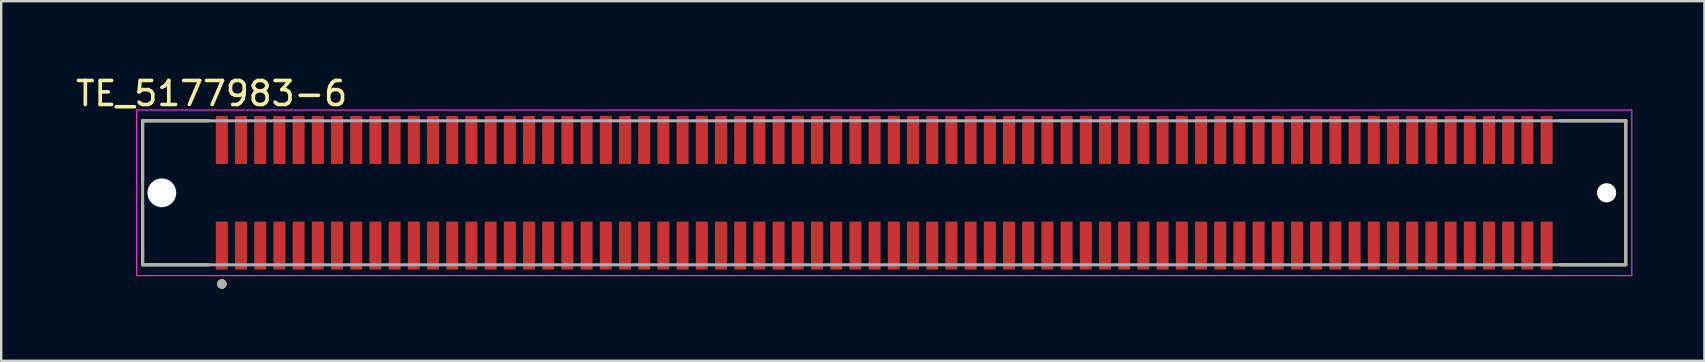
<source format=kicad_pcb>
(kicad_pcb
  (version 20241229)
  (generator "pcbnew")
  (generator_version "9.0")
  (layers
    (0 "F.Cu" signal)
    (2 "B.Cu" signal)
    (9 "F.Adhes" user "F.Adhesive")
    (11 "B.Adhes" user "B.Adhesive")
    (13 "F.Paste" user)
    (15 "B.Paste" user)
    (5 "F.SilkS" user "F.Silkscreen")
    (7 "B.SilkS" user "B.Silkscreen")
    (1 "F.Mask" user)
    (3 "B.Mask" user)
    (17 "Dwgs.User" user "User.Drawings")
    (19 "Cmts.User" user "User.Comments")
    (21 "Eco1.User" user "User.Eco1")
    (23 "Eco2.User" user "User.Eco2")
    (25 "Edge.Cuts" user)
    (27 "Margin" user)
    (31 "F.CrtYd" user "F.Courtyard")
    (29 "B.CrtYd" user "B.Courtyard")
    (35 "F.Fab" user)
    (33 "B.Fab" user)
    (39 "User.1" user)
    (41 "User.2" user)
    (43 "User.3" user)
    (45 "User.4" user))
  (footprint "TE_5177983-6"
    (layer "F.Cu")
    (at 33.793 4.983)
    (property "Reference" "TE_5177983-6" (at -28.025 -4.135 0) (layer "F.SilkS") (effects (font (size 1 1) (thickness 0.15))))
    (attr smd)
    (fp_line (start -30.9 -3) (end -30.9 -0.5) (stroke (width 0.127) (type solid)) (layer "F.SilkS"))
    (fp_line (start -30.9 0.5) (end -30.9 3) (stroke (width 0.127) (type solid)) (layer "F.SilkS"))
    (fp_line (start -30.9 3) (end -28.16 3) (stroke (width 0.127) (type solid)) (layer "F.SilkS"))
    (fp_line (start -28.16 -3) (end -30.9 -3) (stroke (width 0.127) (type solid)) (layer "F.SilkS"))
    (fp_line (start 28.16 3) (end 30.9 3) (stroke (width 0.127) (type solid)) (layer "F.SilkS"))
    (fp_line (start 30.9 -3) (end 28.16 -3) (stroke (width 0.127) (type solid)) (layer "F.SilkS"))
    (fp_line (start 30.9 -3) (end 30.9 3) (stroke (width 0.127) (type solid)) (layer "F.SilkS"))
    (fp_circle (center -27.6 3.8) (end -27.5 3.8) (stroke (width 0.2) (type solid)) (fill no) (layer "F.SilkS"))
    (fp_line (start -31.15 -3.45) (end 31.15 -3.45) (stroke (width 0.05) (type solid)) (layer "F.CrtYd"))
    (fp_line (start -31.15 3.45) (end -31.15 -3.45) (stroke (width 0.05) (type solid)) (layer "F.CrtYd"))
    (fp_line (start 31.15 -3.45) (end 31.15 3.45) (stroke (width 0.05) (type solid)) (layer "F.CrtYd"))
    (fp_line (start 31.15 3.45) (end -31.15 3.45) (stroke (width 0.05) (type solid)) (layer "F.CrtYd"))
    (fp_line (start -30.9 -3) (end 30.9 -3) (stroke (width 0.127) (type solid)) (layer "F.Fab"))
    (fp_line (start -30.9 3) (end -30.9 -3) (stroke (width 0.127) (type solid)) (layer "F.Fab"))
    (fp_line (start 30.9 -3) (end 30.9 3) (stroke (width 0.127) (type solid)) (layer "F.Fab"))
    (fp_line (start 30.9 3) (end -30.9 3) (stroke (width 0.127) (type solid)) (layer "F.Fab"))
    (fp_circle (center -27.6 3.8) (end -27.5 3.8) (stroke (width 0.2) (type solid)) (fill no) (layer "F.Fab"))
    (pad "" np_thru_hole circle (at -30.1 0) (size 1.2 1.2) (drill 1.2) (layers "*.Cu" "*.Mask"))
    (pad "" np_thru_hole circle (at 30.1 0) (size 0.8 0.8) (drill 0.8) (layers "*.Cu" "*.Mask"))
    (pad "1" smd rect (at -27.6 2.2 90) (size 2 0.5) (layers "F.Cu" "F.Mask" "F.Paste"))
    (pad "2" smd rect (at -27.6 -2.2 90) (size 2 0.5) (layers "F.Cu" "F.Mask" "F.Paste"))
    (pad "3" smd rect (at -26.8 2.2 90) (size 2 0.5) (layers "F.Cu" "F.Mask" "F.Paste"))
    (pad "4" smd rect (at -26.8 -2.2 90) (size 2 0.5) (layers "F.Cu" "F.Mask" "F.Paste"))
    (pad "5" smd rect (at -26 2.2 90) (size 2 0.5) (layers "F.Cu" "F.Mask" "F.Paste"))
    (pad "6" smd rect (at -26 -2.2 90) (size 2 0.5) (layers "F.Cu" "F.Mask" "F.Paste"))
    (pad "7" smd rect (at -25.2 2.2 90) (size 2 0.5) (layers "F.Cu" "F.Mask" "F.Paste"))
    (pad "8" smd rect (at -25.2 -2.2 90) (size 2 0.5) (layers "F.Cu" "F.Mask" "F.Paste"))
    (pad "9" smd rect (at -24.4 2.2 90) (size 2 0.5) (layers "F.Cu" "F.Mask" "F.Paste"))
    (pad "10" smd rect (at -24.4 -2.2 90) (size 2 0.5) (layers "F.Cu" "F.Mask" "F.Paste"))
    (pad "11" smd rect (at -23.6 2.2 90) (size 2 0.5) (layers "F.Cu" "F.Mask" "F.Paste"))
    (pad "12" smd rect (at -23.6 -2.2 90) (size 2 0.5) (layers "F.Cu" "F.Mask" "F.Paste"))
    (pad "13" smd rect (at -22.8 2.2 90) (size 2 0.5) (layers "F.Cu" "F.Mask" "F.Paste"))
    (pad "14" smd rect (at -22.8 -2.2 90) (size 2 0.5) (layers "F.Cu" "F.Mask" "F.Paste"))
    (pad "15" smd rect (at -22 2.2 90) (size 2 0.5) (layers "F.Cu" "F.Mask" "F.Paste"))
    (pad "16" smd rect (at -22 -2.2 90) (size 2 0.5) (layers "F.Cu" "F.Mask" "F.Paste"))
    (pad "17" smd rect (at -21.2 2.2 90) (size 2 0.5) (layers "F.Cu" "F.Mask" "F.Paste"))
    (pad "18" smd rect (at -21.2 -2.2 90) (size 2 0.5) (layers "F.Cu" "F.Mask" "F.Paste"))
    (pad "19" smd rect (at -20.4 2.2 90) (size 2 0.5) (layers "F.Cu" "F.Mask" "F.Paste"))
    (pad "20" smd rect (at -20.4 -2.2 90) (size 2 0.5) (layers "F.Cu" "F.Mask" "F.Paste"))
    (pad "21" smd rect (at -19.6 2.2 90) (size 2 0.5) (layers "F.Cu" "F.Mask" "F.Paste"))
    (pad "22" smd rect (at -19.6 -2.2 90) (size 2 0.5) (layers "F.Cu" "F.Mask" "F.Paste"))
    (pad "23" smd rect (at -18.8 2.2 90) (size 2 0.5) (layers "F.Cu" "F.Mask" "F.Paste"))
    (pad "24" smd rect (at -18.8 -2.2 90) (size 2 0.5) (layers "F.Cu" "F.Mask" "F.Paste"))
    (pad "25" smd rect (at -18 2.2 90) (size 2 0.5) (layers "F.Cu" "F.Mask" "F.Paste"))
    (pad "26" smd rect (at -18 -2.2 90) (size 2 0.5) (layers "F.Cu" "F.Mask" "F.Paste"))
    (pad "27" smd rect (at -17.2 2.2 90) (size 2 0.5) (layers "F.Cu" "F.Mask" "F.Paste"))
    (pad "28" smd rect (at -17.2 -2.2 90) (size 2 0.5) (layers "F.Cu" "F.Mask" "F.Paste"))
    (pad "29" smd rect (at -16.4 2.2 90) (size 2 0.5) (layers "F.Cu" "F.Mask" "F.Paste"))
    (pad "30" smd rect (at -16.4 -2.2 90) (size 2 0.5) (layers "F.Cu" "F.Mask" "F.Paste"))
    (pad "31" smd rect (at -15.6 2.2 90) (size 2 0.5) (layers "F.Cu" "F.Mask" "F.Paste"))
    (pad "32" smd rect (at -15.6 -2.2 90) (size 2 0.5) (layers "F.Cu" "F.Mask" "F.Paste"))
    (pad "33" smd rect (at -14.8 2.2 90) (size 2 0.5) (layers "F.Cu" "F.Mask" "F.Paste"))
    (pad "34" smd rect (at -14.8 -2.2 90) (size 2 0.5) (layers "F.Cu" "F.Mask" "F.Paste"))
    (pad "35" smd rect (at -14 2.2 90) (size 2 0.5) (layers "F.Cu" "F.Mask" "F.Paste"))
    (pad "36" smd rect (at -14 -2.2 90) (size 2 0.5) (layers "F.Cu" "F.Mask" "F.Paste"))
    (pad "37" smd rect (at -13.2 2.2 90) (size 2 0.5) (layers "F.Cu" "F.Mask" "F.Paste"))
    (pad "38" smd rect (at -13.2 -2.2 90) (size 2 0.5) (layers "F.Cu" "F.Mask" "F.Paste"))
    (pad "39" smd rect (at -12.4 2.2 90) (size 2 0.5) (layers "F.Cu" "F.Mask" "F.Paste"))
    (pad "40" smd rect (at -12.4 -2.2 90) (size 2 0.5) (layers "F.Cu" "F.Mask" "F.Paste"))
    (pad "41" smd rect (at -11.6 2.2 90) (size 2 0.5) (layers "F.Cu" "F.Mask" "F.Paste"))
    (pad "42" smd rect (at -11.6 -2.2 90) (size 2 0.5) (layers "F.Cu" "F.Mask" "F.Paste"))
    (pad "43" smd rect (at -10.8 2.2 90) (size 2 0.5) (layers "F.Cu" "F.Mask" "F.Paste"))
    (pad "44" smd rect (at -10.8 -2.2 90) (size 2 0.5) (layers "F.Cu" "F.Mask" "F.Paste"))
    (pad "45" smd rect (at -10 2.2 90) (size 2 0.5) (layers "F.Cu" "F.Mask" "F.Paste"))
    (pad "46" smd rect (at -10 -2.2 90) (size 2 0.5) (layers "F.Cu" "F.Mask" "F.Paste"))
    (pad "47" smd rect (at -9.2 2.2 90) (size 2 0.5) (layers "F.Cu" "F.Mask" "F.Paste"))
    (pad "48" smd rect (at -9.2 -2.2 90) (size 2 0.5) (layers "F.Cu" "F.Mask" "F.Paste"))
    (pad "49" smd rect (at -8.4 2.2 90) (size 2 0.5) (layers "F.Cu" "F.Mask" "F.Paste"))
    (pad "50" smd rect (at -8.4 -2.2 90) (size 2 0.5) (layers "F.Cu" "F.Mask" "F.Paste"))
    (pad "51" smd rect (at -7.6 2.2 90) (size 2 0.5) (layers "F.Cu" "F.Mask" "F.Paste"))
    (pad "52" smd rect (at -7.6 -2.2 90) (size 2 0.5) (layers "F.Cu" "F.Mask" "F.Paste"))
    (pad "53" smd rect (at -6.8 2.2 90) (size 2 0.5) (layers "F.Cu" "F.Mask" "F.Paste"))
    (pad "54" smd rect (at -6.8 -2.2 90) (size 2 0.5) (layers "F.Cu" "F.Mask" "F.Paste"))
    (pad "55" smd rect (at -6 2.2 90) (size 2 0.5) (layers "F.Cu" "F.Mask" "F.Paste"))
    (pad "56" smd rect (at -6 -2.2 90) (size 2 0.5) (layers "F.Cu" "F.Mask" "F.Paste"))
    (pad "57" smd rect (at -5.2 2.2 90) (size 2 0.5) (layers "F.Cu" "F.Mask" "F.Paste"))
    (pad "58" smd rect (at -5.2 -2.2 90) (size 2 0.5) (layers "F.Cu" "F.Mask" "F.Paste"))
    (pad "59" smd rect (at -4.4 2.2 90) (size 2 0.5) (layers "F.Cu" "F.Mask" "F.Paste"))
    (pad "60" smd rect (at -4.4 -2.2 90) (size 2 0.5) (layers "F.Cu" "F.Mask" "F.Paste"))
    (pad "61" smd rect (at -3.6 2.2 90) (size 2 0.5) (layers "F.Cu" "F.Mask" "F.Paste"))
    (pad "62" smd rect (at -3.6 -2.2 90) (size 2 0.5) (layers "F.Cu" "F.Mask" "F.Paste"))
    (pad "63" smd rect (at -2.8 2.2 90) (size 2 0.5) (layers "F.Cu" "F.Mask" "F.Paste"))
    (pad "64" smd rect (at -2.8 -2.2 90) (size 2 0.5) (layers "F.Cu" "F.Mask" "F.Paste"))
    (pad "65" smd rect (at -2 2.2 90) (size 2 0.5) (layers "F.Cu" "F.Mask" "F.Paste"))
    (pad "66" smd rect (at -2 -2.2 90) (size 2 0.5) (layers "F.Cu" "F.Mask" "F.Paste"))
    (pad "67" smd rect (at -1.2 2.2 90) (size 2 0.5) (layers "F.Cu" "F.Mask" "F.Paste"))
    (pad "68" smd rect (at -1.2 -2.2 90) (size 2 0.5) (layers "F.Cu" "F.Mask" "F.Paste"))
    (pad "69" smd rect (at -0.4 2.2 90) (size 2 0.5) (layers "F.Cu" "F.Mask" "F.Paste"))
    (pad "70" smd rect (at -0.4 -2.2 90) (size 2 0.5) (layers "F.Cu" "F.Mask" "F.Paste"))
    (pad "71" smd rect (at 0.4 2.2 90) (size 2 0.5) (layers "F.Cu" "F.Mask" "F.Paste"))
    (pad "72" smd rect (at 0.4 -2.2 90) (size 2 0.5) (layers "F.Cu" "F.Mask" "F.Paste"))
    (pad "73" smd rect (at 1.2 2.2 90) (size 2 0.5) (layers "F.Cu" "F.Mask" "F.Paste"))
    (pad "74" smd rect (at 1.2 -2.2 90) (size 2 0.5) (layers "F.Cu" "F.Mask" "F.Paste"))
    (pad "75" smd rect (at 2 2.2 90) (size 2 0.5) (layers "F.Cu" "F.Mask" "F.Paste"))
    (pad "76" smd rect (at 2 -2.2 90) (size 2 0.5) (layers "F.Cu" "F.Mask" "F.Paste"))
    (pad "77" smd rect (at 2.8 2.2 90) (size 2 0.5) (layers "F.Cu" "F.Mask" "F.Paste"))
    (pad "78" smd rect (at 2.8 -2.2 90) (size 2 0.5) (layers "F.Cu" "F.Mask" "F.Paste"))
    (pad "79" smd rect (at 3.6 2.2 90) (size 2 0.5) (layers "F.Cu" "F.Mask" "F.Paste"))
    (pad "80" smd rect (at 3.6 -2.2 90) (size 2 0.5) (layers "F.Cu" "F.Mask" "F.Paste"))
    (pad "81" smd rect (at 4.4 2.2 90) (size 2 0.5) (layers "F.Cu" "F.Mask" "F.Paste"))
    (pad "82" smd rect (at 4.4 -2.2 90) (size 2 0.5) (layers "F.Cu" "F.Mask" "F.Paste"))
    (pad "83" smd rect (at 5.2 2.2 90) (size 2 0.5) (layers "F.Cu" "F.Mask" "F.Paste"))
    (pad "84" smd rect (at 5.2 -2.2 90) (size 2 0.5) (layers "F.Cu" "F.Mask" "F.Paste"))
    (pad "85" smd rect (at 6 2.2 90) (size 2 0.5) (layers "F.Cu" "F.Mask" "F.Paste"))
    (pad "86" smd rect (at 6 -2.2 90) (size 2 0.5) (layers "F.Cu" "F.Mask" "F.Paste"))
    (pad "87" smd rect (at 6.8 2.2 90) (size 2 0.5) (layers "F.Cu" "F.Mask" "F.Paste"))
    (pad "88" smd rect (at 6.8 -2.2 90) (size 2 0.5) (layers "F.Cu" "F.Mask" "F.Paste"))
    (pad "89" smd rect (at 7.6 2.2 90) (size 2 0.5) (layers "F.Cu" "F.Mask" "F.Paste"))
    (pad "90" smd rect (at 7.6 -2.2 90) (size 2 0.5) (layers "F.Cu" "F.Mask" "F.Paste"))
    (pad "91" smd rect (at 8.4 2.2 90) (size 2 0.5) (layers "F.Cu" "F.Mask" "F.Paste"))
    (pad "92" smd rect (at 8.4 -2.2 90) (size 2 0.5) (layers "F.Cu" "F.Mask" "F.Paste"))
    (pad "93" smd rect (at 9.2 2.2 90) (size 2 0.5) (layers "F.Cu" "F.Mask" "F.Paste"))
    (pad "94" smd rect (at 9.2 -2.2 90) (size 2 0.5) (layers "F.Cu" "F.Mask" "F.Paste"))
    (pad "95" smd rect (at 10 2.2 90) (size 2 0.5) (layers "F.Cu" "F.Mask" "F.Paste"))
    (pad "96" smd rect (at 10 -2.2 90) (size 2 0.5) (layers "F.Cu" "F.Mask" "F.Paste"))
    (pad "97" smd rect (at 10.8 2.2 90) (size 2 0.5) (layers "F.Cu" "F.Mask" "F.Paste"))
    (pad "98" smd rect (at 10.8 -2.2 90) (size 2 0.5) (layers "F.Cu" "F.Mask" "F.Paste"))
    (pad "99" smd rect (at 11.6 2.2 90) (size 2 0.5) (layers "F.Cu" "F.Mask" "F.Paste"))
    (pad "100" smd rect (at 11.6 -2.2 90) (size 2 0.5) (layers "F.Cu" "F.Mask" "F.Paste"))
    (pad "101" smd rect (at 12.4 2.2 90) (size 2 0.5) (layers "F.Cu" "F.Mask" "F.Paste"))
    (pad "102" smd rect (at 12.4 -2.2 90) (size 2 0.5) (layers "F.Cu" "F.Mask" "F.Paste"))
    (pad "103" smd rect (at 13.2 2.2 90) (size 2 0.5) (layers "F.Cu" "F.Mask" "F.Paste"))
    (pad "104" smd rect (at 13.2 -2.2 90) (size 2 0.5) (layers "F.Cu" "F.Mask" "F.Paste"))
    (pad "105" smd rect (at 14 2.2 90) (size 2 0.5) (layers "F.Cu" "F.Mask" "F.Paste"))
    (pad "106" smd rect (at 14 -2.2 90) (size 2 0.5) (layers "F.Cu" "F.Mask" "F.Paste"))
    (pad "107" smd rect (at 14.8 2.2 90) (size 2 0.5) (layers "F.Cu" "F.Mask" "F.Paste"))
    (pad "108" smd rect (at 14.8 -2.2 90) (size 2 0.5) (layers "F.Cu" "F.Mask" "F.Paste"))
    (pad "109" smd rect (at 15.6 2.2 90) (size 2 0.5) (layers "F.Cu" "F.Mask" "F.Paste"))
    (pad "110" smd rect (at 15.6 -2.2 90) (size 2 0.5) (layers "F.Cu" "F.Mask" "F.Paste"))
    (pad "111" smd rect (at 16.4 2.2 90) (size 2 0.5) (layers "F.Cu" "F.Mask" "F.Paste"))
    (pad "112" smd rect (at 16.4 -2.2 90) (size 2 0.5) (layers "F.Cu" "F.Mask" "F.Paste"))
    (pad "113" smd rect (at 17.2 2.2 90) (size 2 0.5) (layers "F.Cu" "F.Mask" "F.Paste"))
    (pad "114" smd rect (at 17.2 -2.2 90) (size 2 0.5) (layers "F.Cu" "F.Mask" "F.Paste"))
    (pad "115" smd rect (at 18 2.2 90) (size 2 0.5) (layers "F.Cu" "F.Mask" "F.Paste"))
    (pad "116" smd rect (at 18 -2.2 90) (size 2 0.5) (layers "F.Cu" "F.Mask" "F.Paste"))
    (pad "117" smd rect (at 18.8 2.2 90) (size 2 0.5) (layers "F.Cu" "F.Mask" "F.Paste"))
    (pad "118" smd rect (at 18.8 -2.2 90) (size 2 0.5) (layers "F.Cu" "F.Mask" "F.Paste"))
    (pad "119" smd rect (at 19.6 2.2 90) (size 2 0.5) (layers "F.Cu" "F.Mask" "F.Paste"))
    (pad "120" smd rect (at 19.6 -2.2 90) (size 2 0.5) (layers "F.Cu" "F.Mask" "F.Paste"))
    (pad "121" smd rect (at 20.4 2.2 90) (size 2 0.5) (layers "F.Cu" "F.Mask" "F.Paste"))
    (pad "122" smd rect (at 20.4 -2.2 90) (size 2 0.5) (layers "F.Cu" "F.Mask" "F.Paste"))
    (pad "123" smd rect (at 21.2 2.2 90) (size 2 0.5) (layers "F.Cu" "F.Mask" "F.Paste"))
    (pad "124" smd rect (at 21.2 -2.2 90) (size 2 0.5) (layers "F.Cu" "F.Mask" "F.Paste"))
    (pad "125" smd rect (at 22 2.2 90) (size 2 0.5) (layers "F.Cu" "F.Mask" "F.Paste"))
    (pad "126" smd rect (at 22 -2.2 90) (size 2 0.5) (layers "F.Cu" "F.Mask" "F.Paste"))
    (pad "127" smd rect (at 22.8 2.2 90) (size 2 0.5) (layers "F.Cu" "F.Mask" "F.Paste"))
    (pad "128" smd rect (at 22.8 -2.2 90) (size 2 0.5) (layers "F.Cu" "F.Mask" "F.Paste"))
    (pad "129" smd rect (at 23.6 2.2 90) (size 2 0.5) (layers "F.Cu" "F.Mask" "F.Paste"))
    (pad "130" smd rect (at 23.6 -2.2 90) (size 2 0.5) (layers "F.Cu" "F.Mask" "F.Paste"))
    (pad "131" smd rect (at 24.4 2.2 90) (size 2 0.5) (layers "F.Cu" "F.Mask" "F.Paste"))
    (pad "132" smd rect (at 24.4 -2.2 90) (size 2 0.5) (layers "F.Cu" "F.Mask" "F.Paste"))
    (pad "133" smd rect (at 25.2 2.2 90) (size 2 0.5) (layers "F.Cu" "F.Mask" "F.Paste"))
    (pad "134" smd rect (at 25.2 -2.2 90) (size 2 0.5) (layers "F.Cu" "F.Mask" "F.Paste"))
    (pad "135" smd rect (at 26 2.2 90) (size 2 0.5) (layers "F.Cu" "F.Mask" "F.Paste"))
    (pad "136" smd rect (at 26 -2.2 90) (size 2 0.5) (layers "F.Cu" "F.Mask" "F.Paste"))
    (pad "137" smd rect (at 26.8 2.2 90) (size 2 0.5) (layers "F.Cu" "F.Mask" "F.Paste"))
    (pad "138" smd rect (at 26.8 -2.2 90) (size 2 0.5) (layers "F.Cu" "F.Mask" "F.Paste"))
    (pad "139" smd rect (at 27.6 2.2 90) (size 2 0.5) (layers "F.Cu" "F.Mask" "F.Paste"))
    (pad "140" smd rect (at 27.6 -2.2 90) (size 2 0.5) (layers "F.Cu" "F.Mask" "F.Paste")))
  (gr_rect
    (start -3 -3)
    (end 67.968 11.983)
    (stroke (width 0.1) (type default))
    (fill no)
    (layer "Edge.Cuts")))
</source>
